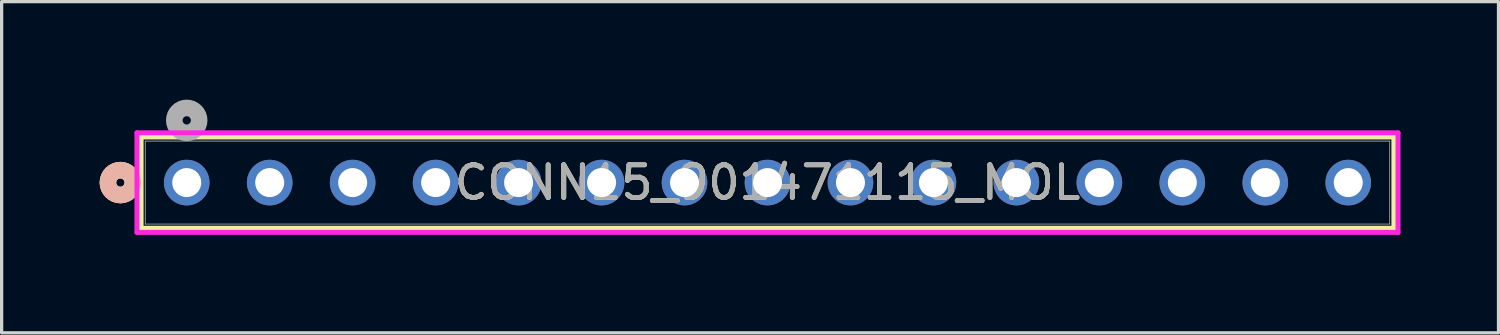
<source format=kicad_pcb>
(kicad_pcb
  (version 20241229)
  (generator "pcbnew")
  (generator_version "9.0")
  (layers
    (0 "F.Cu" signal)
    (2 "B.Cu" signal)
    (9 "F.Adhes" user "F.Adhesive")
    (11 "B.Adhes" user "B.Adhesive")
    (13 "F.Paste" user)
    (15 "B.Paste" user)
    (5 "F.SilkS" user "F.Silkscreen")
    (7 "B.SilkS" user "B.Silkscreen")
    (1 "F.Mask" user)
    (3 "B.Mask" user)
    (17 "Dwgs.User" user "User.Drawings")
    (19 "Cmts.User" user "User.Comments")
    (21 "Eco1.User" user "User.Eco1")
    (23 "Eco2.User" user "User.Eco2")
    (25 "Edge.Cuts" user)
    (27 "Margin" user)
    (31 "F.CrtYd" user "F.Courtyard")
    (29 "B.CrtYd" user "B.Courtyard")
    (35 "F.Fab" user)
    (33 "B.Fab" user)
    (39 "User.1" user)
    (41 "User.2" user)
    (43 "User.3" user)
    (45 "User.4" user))
  (footprint "CONN15_901471115_MOL"
    (layer "F.Cu")
    (at 2.667 2.54)
    (property "Reference" "CONN15_901471115_MOL" (at 17.78 0 0) (unlocked yes) (layer "F.SilkS") (effects (font (size 1 1) (thickness 0.15))))
    (attr through_hole)
    (fp_line (start -1.397 -1.397) (end -1.397 1.397) (stroke (width 0.152) (type solid)) (layer "F.SilkS"))
    (fp_line (start -1.397 1.397) (end 36.957 1.397) (stroke (width 0.152) (type solid)) (layer "F.SilkS"))
    (fp_line (start 36.957 -1.397) (end -1.397 -1.397) (stroke (width 0.152) (type solid)) (layer "F.SilkS"))
    (fp_line (start 36.957 1.397) (end 36.957 -1.397) (stroke (width 0.152) (type solid)) (layer "F.SilkS"))
    (fp_circle (center -2.032 0) (end -1.651 0) (stroke (width 0.508) (type solid)) (fill no) (layer "F.SilkS"))
    (fp_circle (center -2.032 0) (end -1.651 0) (stroke (width 0.508) (type solid)) (fill no) (layer "B.SilkS"))
    (fp_line (start -1.524 -1.524) (end -1.524 1.524) (stroke (width 0.152) (type solid)) (layer "F.CrtYd"))
    (fp_line (start -1.524 1.524) (end 37.084 1.524) (stroke (width 0.152) (type solid)) (layer "F.CrtYd"))
    (fp_line (start 37.084 -1.524) (end -1.524 -1.524) (stroke (width 0.152) (type solid)) (layer "F.CrtYd"))
    (fp_line (start 37.084 1.524) (end 37.084 -1.524) (stroke (width 0.152) (type solid)) (layer "F.CrtYd"))
    (fp_line (start -1.27 -1.27) (end -1.27 1.27) (stroke (width 0.025) (type solid)) (layer "F.Fab"))
    (fp_line (start -1.27 1.27) (end 36.83 1.27) (stroke (width 0.025) (type solid)) (layer "F.Fab"))
    (fp_line (start 36.83 -1.27) (end -1.27 -1.27) (stroke (width 0.025) (type solid)) (layer "F.Fab"))
    (fp_line (start 36.83 1.27) (end 36.83 -1.27) (stroke (width 0.025) (type solid)) (layer "F.Fab"))
    (fp_circle (center 0 -1.905) (end 0.381 -1.905) (stroke (width 0.508) (type solid)) (fill no) (layer "F.Fab"))
    (fp_text user "${REFERENCE}" (at 17.78 0 0) (unlocked yes) (layer "F.Fab") (effects (font (size 1 1) (thickness 0.15))))
    (pad "1" thru_hole circle (at 0 0) (size 1.397 1.397) (drill 0.889) (layers "*.Cu" "*.Mask"))
    (pad "2" thru_hole circle (at 2.54 0) (size 1.397 1.397) (drill 0.889) (layers "*.Cu" "*.Mask"))
    (pad "3" thru_hole circle (at 5.08 0) (size 1.397 1.397) (drill 0.889) (layers "*.Cu" "*.Mask"))
    (pad "4" thru_hole circle (at 7.62 0) (size 1.397 1.397) (drill 0.889) (layers "*.Cu" "*.Mask"))
    (pad "5" thru_hole circle (at 10.16 0) (size 1.397 1.397) (drill 0.889) (layers "*.Cu" "*.Mask"))
    (pad "6" thru_hole circle (at 12.7 0) (size 1.397 1.397) (drill 0.889) (layers "*.Cu" "*.Mask"))
    (pad "7" thru_hole circle (at 15.24 0) (size 1.397 1.397) (drill 0.889) (layers "*.Cu" "*.Mask"))
    (pad "8" thru_hole circle (at 17.78 0) (size 1.397 1.397) (drill 0.889) (layers "*.Cu" "*.Mask"))
    (pad "9" thru_hole circle (at 20.32 0) (size 1.397 1.397) (drill 0.889) (layers "*.Cu" "*.Mask"))
    (pad "10" thru_hole circle (at 22.86 0) (size 1.397 1.397) (drill 0.889) (layers "*.Cu" "*.Mask"))
    (pad "11" thru_hole circle (at 25.4 0) (size 1.397 1.397) (drill 0.889) (layers "*.Cu" "*.Mask"))
    (pad "12" thru_hole circle (at 27.94 0) (size 1.397 1.397) (drill 0.889) (layers "*.Cu" "*.Mask"))
    (pad "13" thru_hole circle (at 30.48 0) (size 1.397 1.397) (drill 0.889) (layers "*.Cu" "*.Mask"))
    (pad "14" thru_hole circle (at 33.02 0) (size 1.397 1.397) (drill 0.889) (layers "*.Cu" "*.Mask"))
    (pad "15" thru_hole circle (at 35.56 0) (size 1.397 1.397) (drill 0.889) (layers "*.Cu" "*.Mask")))
  (gr_rect
    (start -3 -3)
    (end 42.827 7.14)
    (stroke (width 0.1) (type default))
    (fill no)
    (layer "Edge.Cuts")))
</source>
